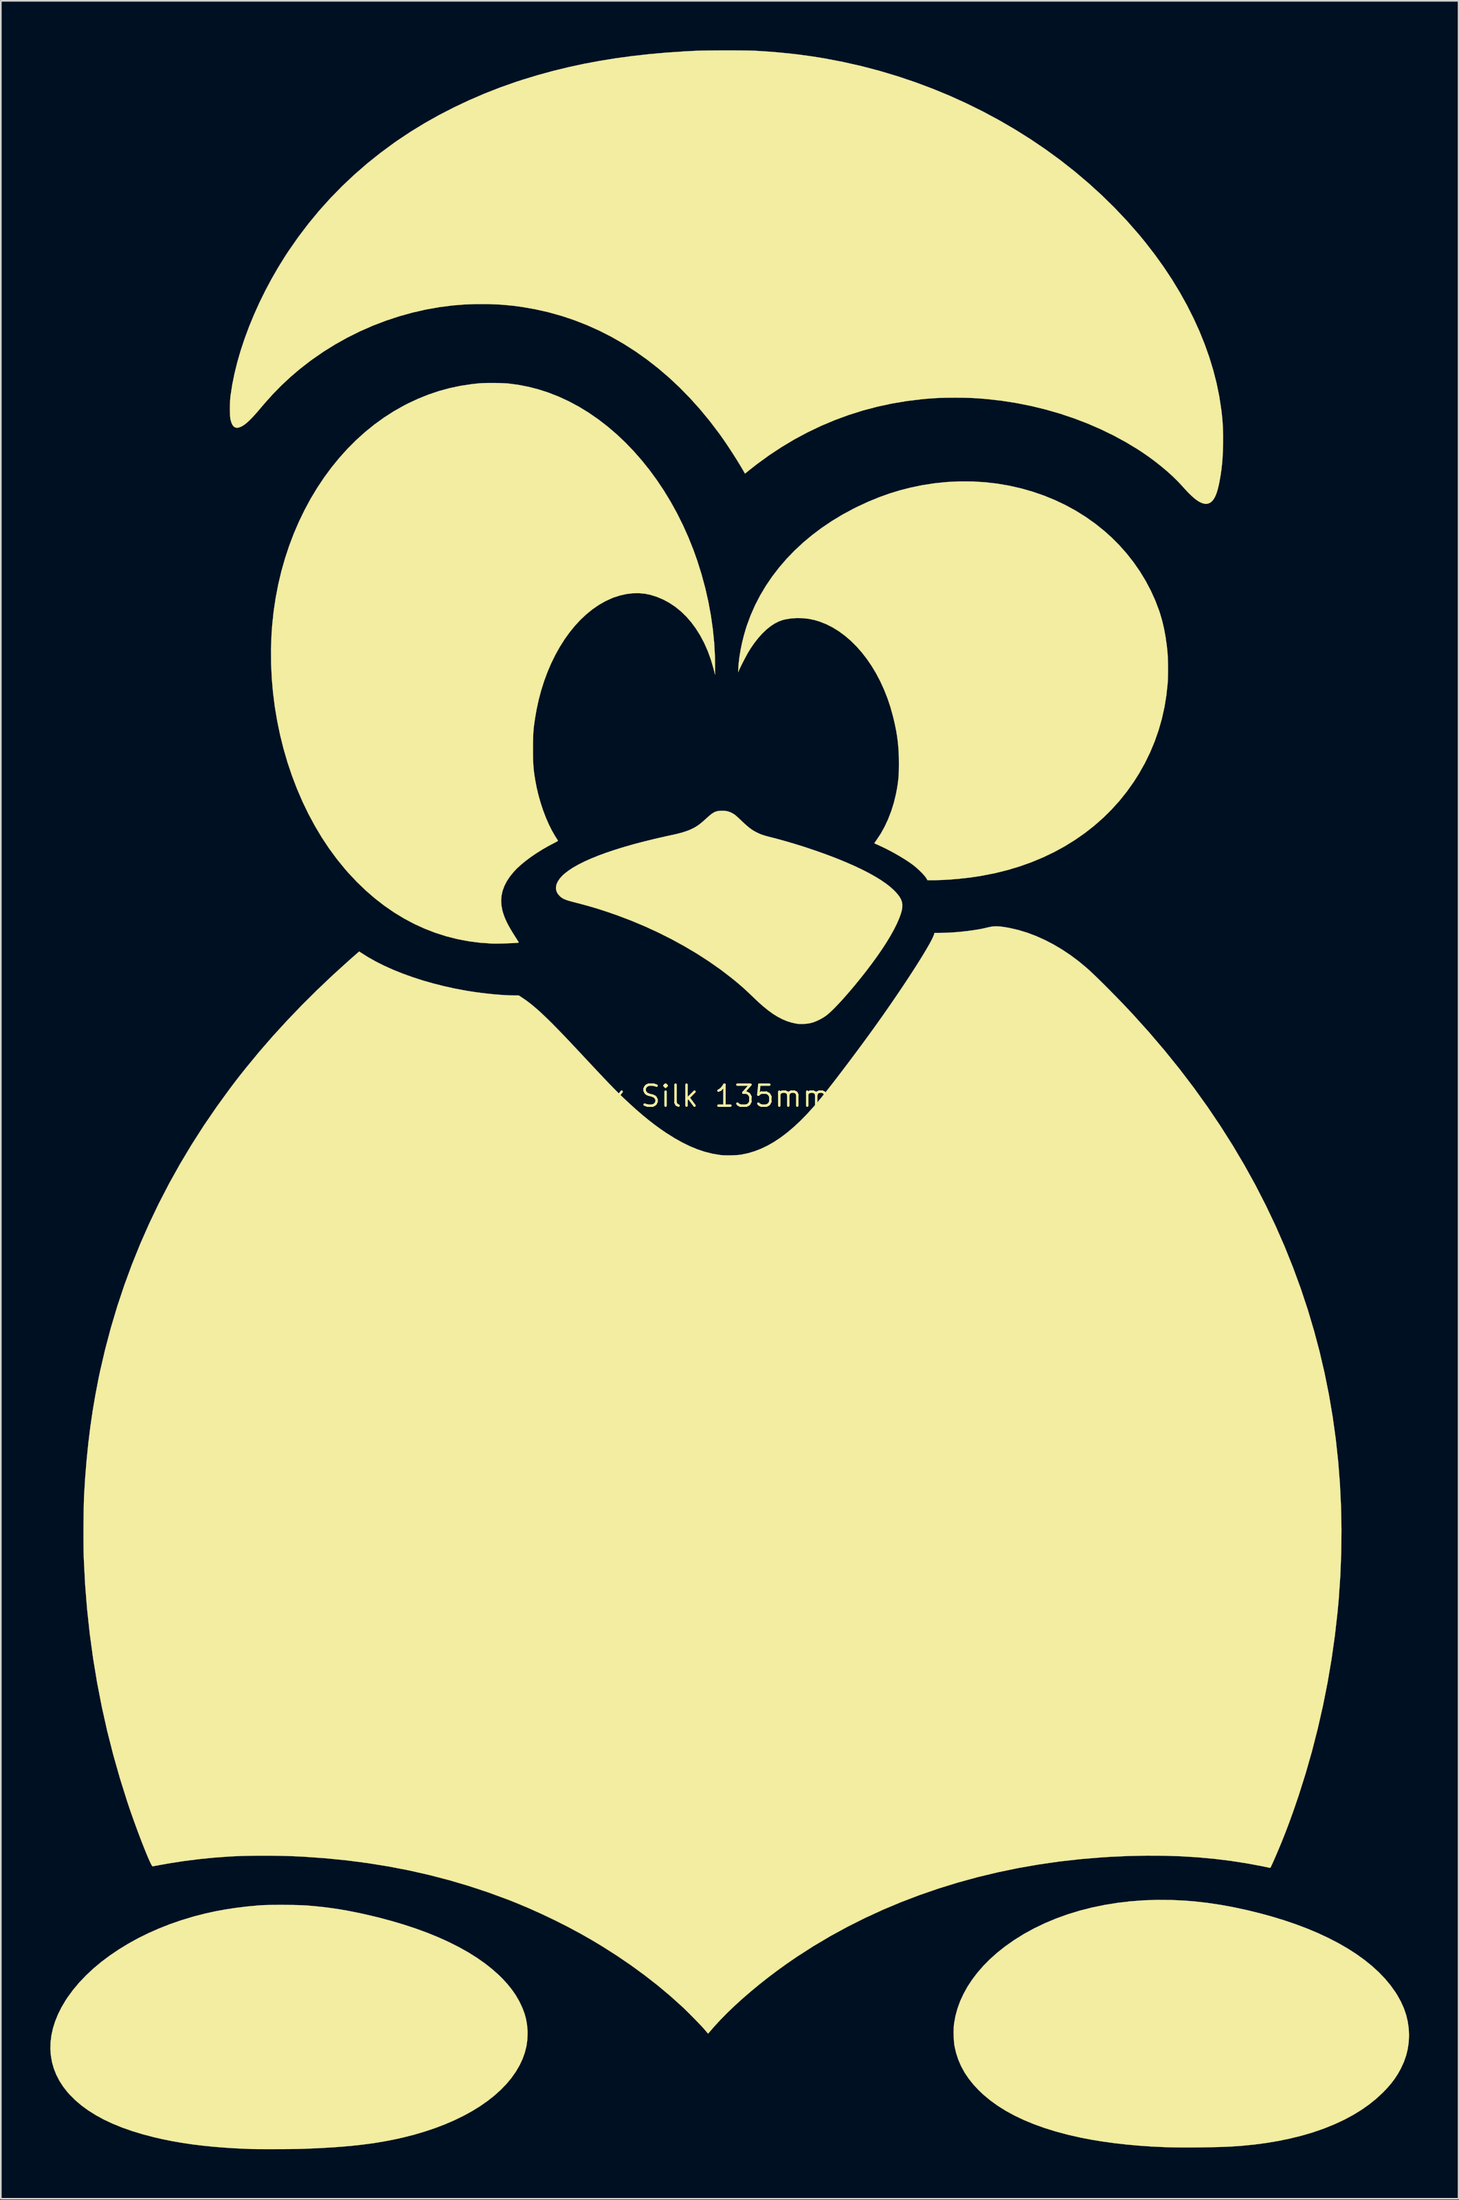
<source format=kicad_pcb>
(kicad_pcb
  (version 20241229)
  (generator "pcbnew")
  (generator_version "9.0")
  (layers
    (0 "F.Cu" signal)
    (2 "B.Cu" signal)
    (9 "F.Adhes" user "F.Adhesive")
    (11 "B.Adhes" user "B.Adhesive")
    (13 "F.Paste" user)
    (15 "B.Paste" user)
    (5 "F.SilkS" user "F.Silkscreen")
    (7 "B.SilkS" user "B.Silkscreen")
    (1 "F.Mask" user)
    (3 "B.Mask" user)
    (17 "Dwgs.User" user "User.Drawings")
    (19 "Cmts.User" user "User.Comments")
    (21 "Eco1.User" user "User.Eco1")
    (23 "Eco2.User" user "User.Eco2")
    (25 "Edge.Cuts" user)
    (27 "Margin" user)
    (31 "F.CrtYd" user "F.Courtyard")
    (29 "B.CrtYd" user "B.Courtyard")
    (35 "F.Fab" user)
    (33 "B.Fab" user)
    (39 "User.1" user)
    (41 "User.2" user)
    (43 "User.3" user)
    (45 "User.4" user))
  (footprint "Tux Silk 135mm"
    (layer "F.Cu")
    (at 39.473 63.366)
    (property "Reference" "Tux Silk 135mm" (at 0 0 0) (layer "F.SilkS") (effects (font (size 1.27 1.27) (thickness 0.15))))
    (attr through_hole)
    (fp_poly (pts (xy 28.454 48.714) (xy 29.297 48.753) (xy 29.887 48.801) (xy 30.667 48.889) (xy 31.468 49.009) (xy 32.288 49.16) (xy 33.12 49.34) (xy 33.96 49.549) (xy 34.549 49.711) (xy 35.309 49.942) (xy 36.037 50.19) (xy 36.733 50.453) (xy 37.396 50.732) (xy 38.025 51.027) (xy 38.62 51.336) (xy 39.18 51.66) (xy 39.704 51.997) (xy 40.192 52.348) (xy 40.642 52.712) (xy 41.055 53.088) (xy 41.429 53.477) (xy 41.764 53.878) (xy 42.058 54.289) (xy 42.176 54.475) (xy 42.398 54.874) (xy 42.578 55.275) (xy 42.716 55.679) (xy 42.814 56.088) (xy 42.872 56.503) (xy 42.89 56.917) (xy 42.871 57.335) (xy 42.813 57.741) (xy 42.716 58.137) (xy 42.579 58.528) (xy 42.4 58.917) (xy 42.375 58.966) (xy 42.205 59.268) (xy 42.017 59.554) (xy 41.807 59.832) (xy 41.568 60.109) (xy 41.299 60.389) (xy 40.902 60.757) (xy 40.472 61.104) (xy 40.008 61.43) (xy 39.51 61.736) (xy 38.977 62.022) (xy 38.407 62.289) (xy 37.8 62.537) (xy 37.604 62.61) (xy 36.994 62.817) (xy 36.35 63.003) (xy 35.677 63.169) (xy 34.977 63.313) (xy 34.254 63.435) (xy 33.513 63.534) (xy 32.756 63.609) (xy 32.216 63.647) (xy 31.935 63.662) (xy 31.619 63.675) (xy 31.275 63.686) (xy 30.909 63.694) (xy 30.528 63.701) (xy 30.139 63.706) (xy 29.749 63.709) (xy 29.364 63.709) (xy 28.993 63.708) (xy 28.64 63.704) (xy 28.314 63.697) (xy 28.025 63.688) (xy 27.252 63.651) (xy 26.487 63.598) (xy 25.736 63.529) (xy 25.005 63.446) (xy 24.297 63.348) (xy 23.62 63.237) (xy 22.977 63.113) (xy 22.954 63.108) (xy 22.2 62.936) (xy 21.484 62.744) (xy 20.805 62.534) (xy 20.164 62.304) (xy 19.56 62.055) (xy 18.994 61.787) (xy 18.465 61.5) (xy 17.974 61.194) (xy 17.52 60.868) (xy 17.103 60.523) (xy 16.815 60.252) (xy 16.486 59.9) (xy 16.198 59.54) (xy 15.949 59.169) (xy 15.74 58.788) (xy 15.569 58.393) (xy 15.435 57.983) (xy 15.343 57.584) (xy 15.32 57.429) (xy 15.302 57.243) (xy 15.291 57.037) (xy 15.285 56.823) (xy 15.286 56.612) (xy 15.293 56.415) (xy 15.307 56.244) (xy 15.312 56.208) (xy 15.394 55.749) (xy 15.518 55.294) (xy 15.682 54.843) (xy 15.887 54.399) (xy 16.13 53.962) (xy 16.412 53.533) (xy 16.731 53.114) (xy 17.088 52.705) (xy 17.48 52.309) (xy 17.907 51.925) (xy 18.368 51.557) (xy 18.377 51.55) (xy 18.944 51.149) (xy 19.541 50.776) (xy 20.166 50.434) (xy 20.817 50.121) (xy 21.493 49.838) (xy 22.193 49.586) (xy 22.914 49.365) (xy 23.656 49.175) (xy 24.417 49.017) (xy 25.196 48.891) (xy 25.99 48.797) (xy 26.799 48.736) (xy 27.621 48.708) (xy 28.454 48.714)) (stroke (width 0.01) (type solid)) (fill yes) (layer "F.SilkS"))
    (fp_poly (pts (xy -25.242 49.012) (xy -24.981 49.015) (xy -24.727 49.018) (xy -24.488 49.024) (xy -24.271 49.03) (xy -24.08 49.039) (xy -23.923 49.048) (xy -23.897 49.05) (xy -23.379 49.096) (xy -22.89 49.148) (xy -22.42 49.208) (xy -21.956 49.277) (xy -21.487 49.358) (xy -21.002 49.452) (xy -20.489 49.561) (xy -20.479 49.563) (xy -19.643 49.759) (xy -18.839 49.972) (xy -18.066 50.2) (xy -17.327 50.443) (xy -16.62 50.702) (xy -15.949 50.976) (xy -15.312 51.264) (xy -14.711 51.567) (xy -14.146 51.883) (xy -13.619 52.213) (xy -13.129 52.556) (xy -12.679 52.912) (xy -12.267 53.28) (xy -12.051 53.495) (xy -11.753 53.821) (xy -11.493 54.145) (xy -11.266 54.472) (xy -11.07 54.808) (xy -11.018 54.907) (xy -10.853 55.26) (xy -10.725 55.603) (xy -10.632 55.943) (xy -10.573 56.286) (xy -10.544 56.641) (xy -10.541 56.811) (xy -10.559 57.204) (xy -10.614 57.585) (xy -10.708 57.959) (xy -10.84 58.331) (xy -11.014 58.704) (xy -11.028 58.731) (xy -11.254 59.119) (xy -11.52 59.497) (xy -11.825 59.863) (xy -12.168 60.218) (xy -12.547 60.559) (xy -12.962 60.887) (xy -13.411 61.201) (xy -13.892 61.499) (xy -14.406 61.782) (xy -14.95 62.048) (xy -15.524 62.297) (xy -16.126 62.528) (xy -16.755 62.74) (xy -17.41 62.934) (xy -18.087 63.106) (xy -18.506 63.2) (xy -18.928 63.286) (xy -19.356 63.365) (xy -19.793 63.436) (xy -20.244 63.5) (xy -20.711 63.558) (xy -21.199 63.61) (xy -21.71 63.655) (xy -22.248 63.696) (xy -22.816 63.731) (xy -23.419 63.762) (xy -24.059 63.788) (xy -24.289 63.796) (xy -24.414 63.8) (xy -24.574 63.803) (xy -24.764 63.806) (xy -24.977 63.808) (xy -25.208 63.81) (xy -25.452 63.811) (xy -25.703 63.812) (xy -25.956 63.813) (xy -26.205 63.813) (xy -26.445 63.813) (xy -26.671 63.812) (xy -26.877 63.811) (xy -27.057 63.809) (xy -27.206 63.807) (xy -27.319 63.804) (xy -27.326 63.803) (xy -28.104 63.77) (xy -28.844 63.725) (xy -29.549 63.669) (xy -30.224 63.601) (xy -30.872 63.522) (xy -31.496 63.429) (xy -32.1 63.324) (xy -32.687 63.205) (xy -33.201 63.087) (xy -33.884 62.908) (xy -34.529 62.711) (xy -35.136 62.497) (xy -35.704 62.265) (xy -36.234 62.015) (xy -36.725 61.747) (xy -37.178 61.462) (xy -37.592 61.16) (xy -37.968 60.839) (xy -38.306 60.501) (xy -38.43 60.361) (xy -38.698 60.018) (xy -38.927 59.662) (xy -39.115 59.294) (xy -39.264 58.917) (xy -39.372 58.529) (xy -39.44 58.133) (xy -39.468 57.73) (xy -39.456 57.321) (xy -39.404 56.906) (xy -39.311 56.487) (xy -39.179 56.065) (xy -39.006 55.641) (xy -38.794 55.215) (xy -38.541 54.789) (xy -38.424 54.612) (xy -38.09 54.157) (xy -37.717 53.714) (xy -37.307 53.283) (xy -36.861 52.867) (xy -36.381 52.466) (xy -35.869 52.082) (xy -35.327 51.715) (xy -34.756 51.366) (xy -34.159 51.037) (xy -33.537 50.729) (xy -32.892 50.444) (xy -32.225 50.181) (xy -31.539 49.943) (xy -30.836 49.73) (xy -30.692 49.69) (xy -30.083 49.535) (xy -29.472 49.401) (xy -28.849 49.286) (xy -28.21 49.189) (xy -27.546 49.109) (xy -26.849 49.044) (xy -26.776 49.039) (xy -26.633 49.03) (xy -26.454 49.023) (xy -26.246 49.018) (xy -26.014 49.014) (xy -25.765 49.012) (xy -25.506 49.011) (xy -25.242 49.012)) (stroke (width 0.01) (type solid)) (fill yes) (layer "F.SilkS"))
    (fp_poly (pts (xy 1.411 -17.284) (xy 1.605 -17.249) (xy 1.789 -17.182) (xy 1.974 -17.078) (xy 2.009 -17.054) (xy 2.053 -17.02) (xy 2.121 -16.961) (xy 2.207 -16.884) (xy 2.304 -16.795) (xy 2.407 -16.698) (xy 2.43 -16.675) (xy 2.608 -16.508) (xy 2.764 -16.368) (xy 2.906 -16.252) (xy 3.038 -16.155) (xy 3.168 -16.072) (xy 3.301 -15.999) (xy 3.355 -15.972) (xy 3.452 -15.925) (xy 3.54 -15.886) (xy 3.627 -15.851) (xy 3.718 -15.819) (xy 3.822 -15.786) (xy 3.945 -15.751) (xy 4.095 -15.711) (xy 4.276 -15.665) (xy 4.616 -15.576) (xy 4.983 -15.475) (xy 5.364 -15.365) (xy 5.748 -15.25) (xy 6.123 -15.133) (xy 6.386 -15.048) (xy 7.023 -14.832) (xy 7.628 -14.615) (xy 8.199 -14.397) (xy 8.735 -14.178) (xy 9.236 -13.959) (xy 9.7 -13.741) (xy 10.127 -13.523) (xy 10.517 -13.306) (xy 10.868 -13.091) (xy 11.179 -12.878) (xy 11.45 -12.667) (xy 11.679 -12.458) (xy 11.737 -12.4) (xy 11.889 -12.23) (xy 12.008 -12.071) (xy 12.095 -11.916) (xy 12.151 -11.76) (xy 12.176 -11.598) (xy 12.172 -11.425) (xy 12.139 -11.235) (xy 12.078 -11.023) (xy 11.99 -10.782) (xy 11.987 -10.774) (xy 11.846 -10.45) (xy 11.673 -10.102) (xy 11.467 -9.731) (xy 11.231 -9.339) (xy 10.963 -8.926) (xy 10.667 -8.494) (xy 10.341 -8.045) (xy 9.989 -7.579) (xy 9.609 -7.099) (xy 9.279 -6.695) (xy 9.028 -6.398) (xy 8.787 -6.118) (xy 8.557 -5.859) (xy 8.341 -5.623) (xy 8.139 -5.411) (xy 7.954 -5.225) (xy 7.789 -5.069) (xy 7.645 -4.944) (xy 7.567 -4.882) (xy 7.397 -4.767) (xy 7.206 -4.657) (xy 7.007 -4.56) (xy 6.814 -4.482) (xy 6.657 -4.433) (xy 6.473 -4.397) (xy 6.269 -4.375) (xy 6.061 -4.367) (xy 5.864 -4.375) (xy 5.747 -4.39) (xy 5.465 -4.451) (xy 5.186 -4.538) (xy 4.907 -4.654) (xy 4.627 -4.8) (xy 4.341 -4.977) (xy 4.048 -5.188) (xy 3.745 -5.433) (xy 3.429 -5.714) (xy 3.253 -5.881) (xy 3.034 -6.091) (xy 2.839 -6.276) (xy 2.66 -6.442) (xy 2.492 -6.594) (xy 2.327 -6.737) (xy 2.161 -6.879) (xy 1.986 -7.023) (xy 1.82 -7.157) (xy 1.163 -7.661) (xy 0.468 -8.148) (xy -0.259 -8.618) (xy -1.016 -9.068) (xy -1.799 -9.497) (xy -2.604 -9.902) (xy -3.43 -10.282) (xy -4.271 -10.634) (xy -5.124 -10.958) (xy -5.726 -11.166) (xy -6.081 -11.282) (xy -6.42 -11.388) (xy -6.756 -11.487) (xy -7.102 -11.584) (xy -7.471 -11.682) (xy -7.636 -11.725) (xy -7.838 -11.777) (xy -8.004 -11.823) (xy -8.139 -11.864) (xy -8.249 -11.903) (xy -8.339 -11.942) (xy -8.415 -11.982) (xy -8.483 -12.027) (xy -8.547 -12.079) (xy -8.581 -12.109) (xy -8.701 -12.243) (xy -8.78 -12.386) (xy -8.819 -12.537) (xy -8.818 -12.695) (xy -8.777 -12.859) (xy -8.696 -13.026) (xy -8.577 -13.197) (xy -8.418 -13.369) (xy -8.303 -13.474) (xy -8.063 -13.66) (xy -7.782 -13.845) (xy -7.46 -14.028) (xy -7.097 -14.211) (xy -6.694 -14.391) (xy -6.253 -14.57) (xy -5.773 -14.746) (xy -5.255 -14.92) (xy -4.7 -15.092) (xy -4.108 -15.261) (xy -3.481 -15.426) (xy -2.818 -15.588) (xy -2.12 -15.747) (xy -1.767 -15.823) (xy -1.438 -15.898) (xy -1.147 -15.977) (xy -0.889 -16.062) (xy -0.658 -16.154) (xy -0.451 -16.255) (xy -0.263 -16.368) (xy -0.144 -16.451) (xy -0.068 -16.51) (xy 0.028 -16.59) (xy 0.135 -16.681) (xy 0.241 -16.776) (xy 0.283 -16.814) (xy 0.431 -16.947) (xy 0.556 -17.053) (xy 0.666 -17.134) (xy 0.766 -17.194) (xy 0.863 -17.236) (xy 0.963 -17.263) (xy 1.073 -17.28) (xy 1.196 -17.288) (xy 1.411 -17.284)) (stroke (width 0.01) (type solid)) (fill yes) (layer "F.SilkS"))
    (fp_poly (pts (xy 16.412 -37.241) (xy 17.162 -37.197) (xy 17.905 -37.113) (xy 18.636 -36.989) (xy 18.648 -36.987) (xy 19.37 -36.823) (xy 20.075 -36.622) (xy 20.762 -36.385) (xy 21.429 -36.112) (xy 22.075 -35.805) (xy 22.698 -35.464) (xy 23.298 -35.089) (xy 23.872 -34.682) (xy 24.419 -34.243) (xy 24.847 -33.86) (xy 25.326 -33.381) (xy 25.774 -32.876) (xy 26.19 -32.347) (xy 26.573 -31.796) (xy 26.92 -31.226) (xy 27.232 -30.638) (xy 27.505 -30.035) (xy 27.739 -29.419) (xy 27.798 -29.242) (xy 27.926 -28.802) (xy 28.038 -28.328) (xy 28.131 -27.826) (xy 28.205 -27.302) (xy 28.248 -26.892) (xy 28.26 -26.715) (xy 28.27 -26.506) (xy 28.277 -26.274) (xy 28.281 -26.03) (xy 28.282 -25.782) (xy 28.279 -25.541) (xy 28.274 -25.317) (xy 28.265 -25.119) (xy 28.259 -25.019) (xy 28.182 -24.287) (xy 28.065 -23.568) (xy 27.907 -22.862) (xy 27.71 -22.17) (xy 27.473 -21.492) (xy 27.197 -20.829) (xy 26.882 -20.181) (xy 26.527 -19.55) (xy 26.204 -19.039) (xy 25.787 -18.453) (xy 25.339 -17.893) (xy 24.859 -17.362) (xy 24.349 -16.858) (xy 23.81 -16.384) (xy 23.243 -15.939) (xy 22.648 -15.524) (xy 22.027 -15.139) (xy 21.381 -14.786) (xy 20.71 -14.465) (xy 20.016 -14.176) (xy 19.299 -13.919) (xy 18.56 -13.697) (xy 17.801 -13.508) (xy 17.022 -13.355) (xy 16.974 -13.346) (xy 16.513 -13.274) (xy 16.038 -13.213) (xy 15.56 -13.161) (xy 15.088 -13.122) (xy 14.631 -13.095) (xy 14.201 -13.082) (xy 14.031 -13.081) (xy 13.701 -13.081) (xy 13.62 -13.213) (xy 13.558 -13.3) (xy 13.468 -13.406) (xy 13.358 -13.524) (xy 13.233 -13.648) (xy 13.1 -13.772) (xy 12.966 -13.889) (xy 12.837 -13.993) (xy 12.806 -14.017) (xy 12.543 -14.203) (xy 12.247 -14.394) (xy 11.925 -14.587) (xy 11.587 -14.777) (xy 11.239 -14.96) (xy 10.89 -15.13) (xy 10.721 -15.208) (xy 10.63 -15.248) (xy 10.555 -15.283) (xy 10.502 -15.307) (xy 10.481 -15.317) (xy 10.481 -15.317) (xy 10.489 -15.335) (xy 10.518 -15.38) (xy 10.562 -15.444) (xy 10.601 -15.498) (xy 10.863 -15.893) (xy 11.101 -16.319) (xy 11.313 -16.775) (xy 11.499 -17.255) (xy 11.657 -17.757) (xy 11.784 -18.276) (xy 11.84 -18.563) (xy 11.876 -18.77) (xy 11.904 -18.956) (xy 11.926 -19.131) (xy 11.943 -19.302) (xy 11.955 -19.479) (xy 11.963 -19.671) (xy 11.967 -19.886) (xy 11.969 -20.134) (xy 11.969 -20.172) (xy 11.964 -20.591) (xy 11.945 -20.988) (xy 11.913 -21.37) (xy 11.866 -21.749) (xy 11.803 -22.135) (xy 11.721 -22.537) (xy 11.621 -22.964) (xy 11.61 -23.008) (xy 11.455 -23.567) (xy 11.274 -24.108) (xy 11.068 -24.629) (xy 10.839 -25.129) (xy 10.589 -25.606) (xy 10.318 -26.057) (xy 10.027 -26.483) (xy 9.719 -26.881) (xy 9.394 -27.249) (xy 9.054 -27.586) (xy 8.7 -27.89) (xy 8.333 -28.161) (xy 7.955 -28.395) (xy 7.566 -28.592) (xy 7.169 -28.75) (xy 6.872 -28.84) (xy 6.515 -28.916) (xy 6.148 -28.958) (xy 5.78 -28.966) (xy 5.418 -28.941) (xy 5.07 -28.882) (xy 4.934 -28.849) (xy 4.684 -28.76) (xy 4.43 -28.631) (xy 4.177 -28.463) (xy 3.924 -28.258) (xy 3.674 -28.017) (xy 3.429 -27.741) (xy 3.19 -27.434) (xy 2.959 -27.095) (xy 2.85 -26.918) (xy 2.789 -26.813) (xy 2.716 -26.679) (xy 2.634 -26.525) (xy 2.548 -26.36) (xy 2.463 -26.193) (xy 2.384 -26.033) (xy 2.315 -25.89) (xy 2.28 -25.813) (xy 2.223 -25.686) (xy 2.234 -25.928) (xy 2.26 -26.278) (xy 2.308 -26.656) (xy 2.375 -27.053) (xy 2.459 -27.46) (xy 2.56 -27.87) (xy 2.675 -28.273) (xy 2.751 -28.512) (xy 2.982 -29.136) (xy 3.251 -29.746) (xy 3.559 -30.341) (xy 3.905 -30.92) (xy 4.286 -31.481) (xy 4.704 -32.024) (xy 5.155 -32.548) (xy 5.641 -33.052) (xy 6.158 -33.534) (xy 6.708 -33.993) (xy 7.288 -34.43) (xy 7.898 -34.841) (xy 8.537 -35.228) (xy 9.203 -35.587) (xy 9.466 -35.718) (xy 10.116 -36.018) (xy 10.758 -36.282) (xy 11.397 -36.511) (xy 12.04 -36.708) (xy 12.695 -36.874) (xy 13.367 -37.013) (xy 13.399 -37.019) (xy 14.147 -37.134) (xy 14.901 -37.21) (xy 15.657 -37.245) (xy 16.412 -37.241)) (stroke (width 0.01) (type solid)) (fill yes) (layer "F.SilkS"))
    (fp_poly (pts (xy -12.493 -43.209) (xy -12.265 -43.205) (xy -12.05 -43.198) (xy -11.857 -43.188) (xy -11.695 -43.175) (xy -11.663 -43.172) (xy -11.059 -43.088) (xy -10.475 -42.974) (xy -9.902 -42.826) (xy -9.327 -42.643) (xy -9.267 -42.621) (xy -8.644 -42.377) (xy -8.031 -42.093) (xy -7.429 -41.77) (xy -6.84 -41.409) (xy -6.264 -41.012) (xy -5.702 -40.579) (xy -5.156 -40.113) (xy -4.626 -39.614) (xy -4.115 -39.083) (xy -3.622 -38.522) (xy -3.149 -37.932) (xy -2.697 -37.314) (xy -2.267 -36.669) (xy -1.86 -35.999) (xy -1.478 -35.305) (xy -1.121 -34.588) (xy -0.79 -33.85) (xy -0.487 -33.091) (xy -0.262 -32.459) (xy -0.003 -31.636) (xy 0.223 -30.803) (xy 0.414 -29.964) (xy 0.569 -29.124) (xy 0.688 -28.286) (xy 0.771 -27.454) (xy 0.816 -26.633) (xy 0.824 -26.049) (xy 0.823 -25.538) (xy 0.731 -25.897) (xy 0.573 -26.439) (xy 0.385 -26.957) (xy 0.167 -27.45) (xy -0.079 -27.914) (xy -0.354 -28.349) (xy -0.617 -28.705) (xy -0.919 -29.053) (xy -1.242 -29.366) (xy -1.584 -29.644) (xy -1.944 -29.885) (xy -2.322 -30.088) (xy -2.714 -30.253) (xy -3.111 -30.377) (xy -3.457 -30.445) (xy -3.816 -30.474) (xy -4.185 -30.465) (xy -4.56 -30.419) (xy -4.938 -30.334) (xy -5.316 -30.213) (xy -5.42 -30.173) (xy -5.825 -29.988) (xy -6.22 -29.763) (xy -6.602 -29.501) (xy -6.971 -29.202) (xy -7.327 -28.869) (xy -7.667 -28.503) (xy -7.991 -28.106) (xy -8.298 -27.679) (xy -8.586 -27.224) (xy -8.855 -26.743) (xy -9.104 -26.237) (xy -9.331 -25.709) (xy -9.535 -25.159) (xy -9.716 -24.589) (xy -9.872 -24.001) (xy -10.002 -23.397) (xy -10.084 -22.924) (xy -10.115 -22.72) (xy -10.14 -22.54) (xy -10.161 -22.377) (xy -10.177 -22.224) (xy -10.19 -22.073) (xy -10.199 -21.917) (xy -10.205 -21.749) (xy -10.209 -21.563) (xy -10.211 -21.349) (xy -10.212 -21.102) (xy -10.212 -21.04) (xy -10.212 -20.777) (xy -10.21 -20.549) (xy -10.206 -20.35) (xy -10.199 -20.173) (xy -10.19 -20.011) (xy -10.177 -19.856) (xy -10.161 -19.703) (xy -10.14 -19.543) (xy -10.115 -19.371) (xy -10.084 -19.18) (xy -10.084 -19.177) (xy -9.995 -18.707) (xy -9.884 -18.237) (xy -9.753 -17.774) (xy -9.605 -17.323) (xy -9.44 -16.889) (xy -9.262 -16.478) (xy -9.071 -16.095) (xy -8.87 -15.745) (xy -8.77 -15.59) (xy -8.733 -15.531) (xy -8.707 -15.486) (xy -8.7 -15.468) (xy -8.717 -15.453) (xy -8.765 -15.423) (xy -8.835 -15.385) (xy -8.895 -15.354) (xy -9.279 -15.152) (xy -9.65 -14.939) (xy -10.006 -14.717) (xy -10.341 -14.488) (xy -10.651 -14.257) (xy -10.932 -14.026) (xy -11.181 -13.799) (xy -11.381 -13.589) (xy -11.613 -13.303) (xy -11.803 -13.017) (xy -11.95 -12.728) (xy -12.056 -12.438) (xy -12.121 -12.144) (xy -12.144 -11.847) (xy -12.126 -11.545) (xy -12.067 -11.237) (xy -12.021 -11.079) (xy -11.961 -10.903) (xy -11.891 -10.728) (xy -11.809 -10.549) (xy -11.713 -10.36) (xy -11.599 -10.155) (xy -11.464 -9.929) (xy -11.306 -9.677) (xy -11.278 -9.633) (xy -11.212 -9.53) (xy -11.155 -9.439) (xy -11.111 -9.367) (xy -11.083 -9.32) (xy -11.075 -9.302) (xy -11.103 -9.295) (xy -11.168 -9.287) (xy -11.264 -9.279) (xy -11.386 -9.272) (xy -11.528 -9.264) (xy -11.684 -9.258) (xy -11.849 -9.252) (xy -12.017 -9.246) (xy -12.183 -9.242) (xy -12.342 -9.24) (xy -12.486 -9.238) (xy -12.612 -9.239) (xy -12.711 -9.242) (xy -13.419 -9.291) (xy -14.116 -9.381) (xy -14.802 -9.512) (xy -15.475 -9.683) (xy -16.136 -9.894) (xy -16.783 -10.144) (xy -17.417 -10.434) (xy -18.036 -10.763) (xy -18.641 -11.131) (xy -19.23 -11.538) (xy -19.804 -11.983) (xy -20.361 -12.466) (xy -20.902 -12.987) (xy -21.425 -13.546) (xy -21.608 -13.755) (xy -22.106 -14.366) (xy -22.578 -15.008) (xy -23.023 -15.68) (xy -23.44 -16.379) (xy -23.83 -17.104) (xy -24.191 -17.853) (xy -24.522 -18.623) (xy -24.824 -19.413) (xy -25.095 -20.22) (xy -25.335 -21.043) (xy -25.543 -21.879) (xy -25.719 -22.727) (xy -25.863 -23.584) (xy -25.972 -24.448) (xy -26.048 -25.318) (xy -26.089 -26.191) (xy -26.095 -27.066) (xy -26.065 -27.94) (xy -26.023 -28.533) (xy -25.935 -29.368) (xy -25.812 -30.191) (xy -25.656 -31.001) (xy -25.468 -31.797) (xy -25.247 -32.576) (xy -24.995 -33.339) (xy -24.713 -34.084) (xy -24.401 -34.808) (xy -24.06 -35.512) (xy -23.692 -36.194) (xy -23.296 -36.851) (xy -22.874 -37.485) (xy -22.427 -38.092) (xy -21.954 -38.671) (xy -21.458 -39.222) (xy -20.938 -39.743) (xy -20.396 -40.232) (xy -19.832 -40.689) (xy -19.247 -41.112) (xy -18.643 -41.5) (xy -18.019 -41.851) (xy -17.805 -41.961) (xy -17.176 -42.255) (xy -16.546 -42.508) (xy -15.909 -42.722) (xy -15.263 -42.898) (xy -14.602 -43.037) (xy -13.922 -43.14) (xy -13.515 -43.184) (xy -13.356 -43.196) (xy -13.166 -43.204) (xy -12.953 -43.209) (xy -12.725 -43.21) (xy -12.493 -43.209)) (stroke (width 0.01) (type solid)) (fill yes) (layer "F.SilkS"))
    (fp_poly (pts (xy 1.783 -63.361) (xy 2.065 -63.36) (xy 2.336 -63.358) (xy 2.59 -63.355) (xy 2.822 -63.352) (xy 3.028 -63.347) (xy 3.203 -63.342) (xy 3.34 -63.336) (xy 3.355 -63.335) (xy 4.031 -63.291) (xy 4.674 -63.239) (xy 5.292 -63.179) (xy 5.896 -63.11) (xy 6.493 -63.029) (xy 7.092 -62.938) (xy 7.461 -62.876) (xy 8.583 -62.662) (xy 9.694 -62.411) (xy 10.794 -62.122) (xy 11.881 -61.797) (xy 12.954 -61.436) (xy 14.012 -61.04) (xy 15.053 -60.61) (xy 16.076 -60.146) (xy 17.081 -59.649) (xy 18.064 -59.12) (xy 19.026 -58.56) (xy 19.966 -57.969) (xy 20.881 -57.348) (xy 21.77 -56.698) (xy 22.633 -56.019) (xy 23.468 -55.312) (xy 24.274 -54.578) (xy 25.049 -53.818) (xy 25.792 -53.033) (xy 26.503 -52.222) (xy 26.918 -51.717) (xy 27.49 -50.977) (xy 28.028 -50.226) (xy 28.532 -49.465) (xy 28.999 -48.695) (xy 29.431 -47.919) (xy 29.825 -47.136) (xy 30.183 -46.35) (xy 30.502 -45.56) (xy 30.783 -44.769) (xy 31.024 -43.978) (xy 31.226 -43.188) (xy 31.387 -42.4) (xy 31.507 -41.617) (xy 31.537 -41.37) (xy 31.566 -41.09) (xy 31.588 -40.828) (xy 31.604 -40.572) (xy 31.614 -40.313) (xy 31.62 -40.041) (xy 31.62 -39.745) (xy 31.617 -39.477) (xy 31.605 -39.049) (xy 31.585 -38.653) (xy 31.554 -38.278) (xy 31.512 -37.916) (xy 31.458 -37.554) (xy 31.391 -37.185) (xy 31.366 -37.063) (xy 31.299 -36.779) (xy 31.225 -36.537) (xy 31.142 -36.334) (xy 31.051 -36.171) (xy 30.95 -36.046) (xy 30.84 -35.958) (xy 30.733 -35.911) (xy 30.651 -35.889) (xy 30.587 -35.881) (xy 30.521 -35.887) (xy 30.434 -35.906) (xy 30.427 -35.907) (xy 30.301 -35.949) (xy 30.168 -36.015) (xy 30.026 -36.106) (xy 29.872 -36.224) (xy 29.706 -36.371) (xy 29.523 -36.55) (xy 29.323 -36.761) (xy 29.136 -36.969) (xy 28.865 -37.259) (xy 28.559 -37.558) (xy 28.223 -37.862) (xy 27.861 -38.166) (xy 27.479 -38.467) (xy 27.081 -38.76) (xy 26.673 -39.041) (xy 26.462 -39.178) (xy 25.737 -39.617) (xy 24.983 -40.027) (xy 24.204 -40.406) (xy 23.401 -40.754) (xy 22.578 -41.068) (xy 21.736 -41.35) (xy 20.878 -41.598) (xy 20.007 -41.811) (xy 19.125 -41.988) (xy 18.235 -42.128) (xy 17.339 -42.232) (xy 17.283 -42.237) (xy 16.999 -42.261) (xy 16.736 -42.281) (xy 16.483 -42.295) (xy 16.23 -42.306) (xy 15.966 -42.313) (xy 15.679 -42.317) (xy 15.378 -42.319) (xy 15.046 -42.317) (xy 14.746 -42.313) (xy 14.466 -42.305) (xy 14.198 -42.292) (xy 13.928 -42.275) (xy 13.649 -42.253) (xy 13.356 -42.226) (xy 12.446 -42.115) (xy 11.547 -41.964) (xy 10.66 -41.773) (xy 9.786 -41.542) (xy 8.926 -41.271) (xy 8.081 -40.96) (xy 7.251 -40.611) (xy 6.437 -40.222) (xy 5.639 -39.795) (xy 4.859 -39.33) (xy 4.097 -38.827) (xy 3.354 -38.286) (xy 2.891 -37.923) (xy 2.639 -37.719) (xy 2.513 -37.936) (xy 2.345 -38.219) (xy 2.159 -38.523) (xy 1.96 -38.838) (xy 1.754 -39.157) (xy 1.547 -39.469) (xy 1.345 -39.766) (xy 1.153 -40.039) (xy 1.071 -40.153) (xy 0.503 -40.9) (xy -0.084 -41.612) (xy -0.691 -42.288) (xy -1.317 -42.928) (xy -1.961 -43.532) (xy -2.623 -44.099) (xy -3.303 -44.629) (xy -3.998 -45.122) (xy -4.71 -45.577) (xy -5.438 -45.995) (xy -6.18 -46.373) (xy -6.937 -46.714) (xy -7.708 -47.015) (xy -8.492 -47.277) (xy -9.289 -47.499) (xy -10.099 -47.681) (xy -10.92 -47.823) (xy -11.504 -47.899) (xy -12.217 -47.961) (xy -12.948 -47.992) (xy -13.689 -47.992) (xy -14.43 -47.962) (xy -15.071 -47.909) (xy -15.897 -47.804) (xy -16.721 -47.657) (xy -17.539 -47.47) (xy -18.349 -47.243) (xy -19.15 -46.978) (xy -19.938 -46.675) (xy -20.711 -46.335) (xy -21.468 -45.959) (xy -22.205 -45.547) (xy -22.92 -45.102) (xy -23.612 -44.623) (xy -23.785 -44.495) (xy -24.375 -44.034) (xy -24.936 -43.555) (xy -25.472 -43.054) (xy -25.991 -42.523) (xy -26.498 -41.958) (xy -26.7 -41.719) (xy -26.911 -41.471) (xy -27.102 -41.256) (xy -27.273 -41.072) (xy -27.428 -40.918) (xy -27.569 -40.791) (xy -27.698 -40.689) (xy -27.816 -40.611) (xy -27.878 -40.577) (xy -28.02 -40.517) (xy -28.144 -40.494) (xy -28.251 -40.509) (xy -28.344 -40.561) (xy -28.421 -40.652) (xy -28.486 -40.782) (xy -28.539 -40.952) (xy -28.55 -41) (xy -28.565 -41.095) (xy -28.576 -41.224) (xy -28.583 -41.38) (xy -28.586 -41.555) (xy -28.586 -41.74) (xy -28.582 -41.928) (xy -28.575 -42.111) (xy -28.563 -42.282) (xy -28.549 -42.432) (xy -28.546 -42.45) (xy -28.443 -43.113) (xy -28.305 -43.794) (xy -28.132 -44.49) (xy -27.927 -45.197) (xy -27.689 -45.912) (xy -27.421 -46.633) (xy -27.123 -47.355) (xy -26.798 -48.077) (xy -26.446 -48.793) (xy -26.068 -49.503) (xy -25.666 -50.202) (xy -25.241 -50.887) (xy -25.034 -51.202) (xy -24.447 -52.045) (xy -23.828 -52.86) (xy -23.178 -53.647) (xy -22.496 -54.405) (xy -21.783 -55.135) (xy -21.038 -55.837) (xy -20.262 -56.511) (xy -19.453 -57.157) (xy -18.613 -57.775) (xy -18.426 -57.906) (xy -17.62 -58.441) (xy -16.781 -58.954) (xy -15.912 -59.442) (xy -15.016 -59.903) (xy -14.096 -60.338) (xy -13.155 -60.744) (xy -12.196 -61.119) (xy -11.223 -61.462) (xy -10.816 -61.594) (xy -9.915 -61.867) (xy -9.006 -62.116) (xy -8.084 -62.341) (xy -7.148 -62.544) (xy -6.194 -62.723) (xy -5.22 -62.881) (xy -4.221 -63.017) (xy -3.195 -63.132) (xy -2.14 -63.227) (xy -1.051 -63.301) (xy -0.434 -63.334) (xy -0.276 -63.34) (xy -0.085 -63.346) (xy 0.135 -63.35) (xy 0.38 -63.354) (xy 0.643 -63.357) (xy 0.92 -63.359) (xy 1.206 -63.361) (xy 1.495 -63.361) (xy 1.783 -63.361)) (stroke (width 0.01) (type solid)) (fill yes) (layer "F.SilkS"))
    (fp_poly (pts (xy 18.11 -10.273) (xy 18.303 -10.249) (xy 18.524 -10.213) (xy 18.705 -10.179) (xy 19.23 -10.057) (xy 19.759 -9.895) (xy 20.289 -9.694) (xy 20.819 -9.456) (xy 21.344 -9.183) (xy 21.863 -8.876) (xy 22.371 -8.536) (xy 22.867 -8.166) (xy 23.348 -7.766) (xy 23.484 -7.644) (xy 23.643 -7.497) (xy 23.827 -7.323) (xy 24.032 -7.125) (xy 24.253 -6.908) (xy 24.487 -6.676) (xy 24.731 -6.431) (xy 24.979 -6.179) (xy 25.229 -5.923) (xy 25.477 -5.667) (xy 25.718 -5.414) (xy 25.949 -5.17) (xy 26.152 -4.952) (xy 27.135 -3.862) (xy 28.078 -2.756) (xy 28.983 -1.635) (xy 29.848 -0.499) (xy 30.674 0.651) (xy 31.46 1.816) (xy 32.207 2.996) (xy 32.914 4.19) (xy 33.582 5.398) (xy 34.209 6.621) (xy 34.798 7.858) (xy 35.346 9.108) (xy 35.854 10.373) (xy 36.323 11.651) (xy 36.752 12.943) (xy 37.14 14.249) (xy 37.462 15.462) (xy 37.769 16.776) (xy 38.036 18.103) (xy 38.263 19.442) (xy 38.45 20.792) (xy 38.597 22.153) (xy 38.703 23.522) (xy 38.769 24.901) (xy 38.795 26.286) (xy 38.78 27.678) (xy 38.725 29.076) (xy 38.629 30.478) (xy 38.554 31.295) (xy 38.394 32.706) (xy 38.194 34.116) (xy 37.955 35.524) (xy 37.677 36.924) (xy 37.361 38.316) (xy 37.009 39.694) (xy 36.62 41.056) (xy 36.196 42.399) (xy 35.866 43.36) (xy 35.633 44.004) (xy 35.402 44.614) (xy 35.17 45.198) (xy 34.934 45.764) (xy 34.761 46.164) (xy 34.684 46.338) (xy 34.623 46.476) (xy 34.574 46.582) (xy 34.537 46.661) (xy 34.51 46.716) (xy 34.49 46.75) (xy 34.476 46.767) (xy 34.466 46.771) (xy 34.463 46.77) (xy 34.438 46.763) (xy 34.379 46.749) (xy 34.289 46.73) (xy 34.177 46.706) (xy 34.047 46.68) (xy 33.972 46.664) (xy 33.014 46.487) (xy 32.046 46.338) (xy 31.066 46.218) (xy 30.07 46.127) (xy 29.057 46.065) (xy 28.024 46.031) (xy 26.967 46.026) (xy 25.886 46.049) (xy 24.776 46.099) (xy 24.236 46.134) (xy 22.95 46.241) (xy 21.677 46.385) (xy 20.42 46.567) (xy 19.178 46.784) (xy 17.952 47.038) (xy 16.744 47.328) (xy 15.554 47.654) (xy 14.383 48.015) (xy 13.232 48.411) (xy 12.102 48.842) (xy 10.993 49.307) (xy 9.907 49.807) (xy 8.843 50.341) (xy 7.804 50.908) (xy 6.79 51.509) (xy 5.801 52.143) (xy 5.736 52.187) (xy 5.161 52.582) (xy 4.595 52.99) (xy 4.041 53.408) (xy 3.503 53.833) (xy 2.983 54.263) (xy 2.484 54.694) (xy 2.011 55.125) (xy 1.565 55.552) (xy 1.15 55.973) (xy 0.77 56.385) (xy 0.462 56.743) (xy 0.425 56.785) (xy 0.402 56.808) (xy 0.398 56.81) (xy 0.383 56.794) (xy 0.346 56.752) (xy 0.293 56.689) (xy 0.229 56.613) (xy 0.222 56.605) (xy 0.146 56.517) (xy 0.044 56.405) (xy -0.079 56.274) (xy -0.218 56.128) (xy -0.369 55.972) (xy -0.526 55.812) (xy -0.685 55.652) (xy -0.84 55.497) (xy -0.988 55.352) (xy -1.124 55.223) (xy -1.175 55.175) (xy -1.892 54.53) (xy -2.647 53.897) (xy -3.439 53.279) (xy -4.263 52.678) (xy -5.119 52.094) (xy -6.002 51.531) (xy -6.699 51.113) (xy -7.409 50.711) (xy -8.151 50.315) (xy -8.916 49.93) (xy -9.694 49.56) (xy -10.475 49.209) (xy -11.25 48.884) (xy -11.769 48.679) (xy -12.93 48.253) (xy -14.103 47.865) (xy -15.29 47.515) (xy -16.491 47.202) (xy -17.708 46.926) (xy -18.942 46.687) (xy -20.194 46.485) (xy -21.465 46.318) (xy -22.756 46.188) (xy -24.069 46.094) (xy -24.331 46.08) (xy -24.785 46.06) (xy -25.261 46.044) (xy -25.751 46.034) (xy -26.248 46.028) (xy -26.743 46.028) (xy -27.23 46.033) (xy -27.699 46.042) (xy -28.143 46.057) (xy -28.555 46.076) (xy -28.621 46.08) (xy -29.561 46.149) (xy -30.503 46.244) (xy -31.436 46.364) (xy -32.351 46.507) (xy -33.02 46.629) (xy -33.115 46.647) (xy -33.197 46.661) (xy -33.255 46.67) (xy -33.277 46.672) (xy -33.3 46.653) (xy -33.336 46.596) (xy -33.384 46.505) (xy -33.442 46.382) (xy -33.51 46.23) (xy -33.586 46.052) (xy -33.67 45.85) (xy -33.76 45.628) (xy -33.855 45.388) (xy -33.955 45.133) (xy -34.057 44.865) (xy -34.161 44.587) (xy -34.267 44.303) (xy -34.372 44.014) (xy -34.476 43.725) (xy -34.578 43.436) (xy -34.676 43.152) (xy -34.769 42.874) (xy -34.805 42.767) (xy -35.253 41.343) (xy -35.66 39.907) (xy -36.027 38.461) (xy -36.352 37.004) (xy -36.637 35.538) (xy -36.88 34.063) (xy -37.082 32.579) (xy -37.243 31.088) (xy -37.363 29.589) (xy -37.44 28.085) (xy -37.446 27.929) (xy -37.451 27.754) (xy -37.455 27.544) (xy -37.458 27.305) (xy -37.46 27.043) (xy -37.461 26.764) (xy -37.461 26.471) (xy -37.46 26.172) (xy -37.458 25.872) (xy -37.455 25.576) (xy -37.452 25.289) (xy -37.448 25.016) (xy -37.443 24.765) (xy -37.437 24.539) (xy -37.431 24.344) (xy -37.424 24.186) (xy -37.424 24.183) (xy -37.358 23.106) (xy -37.273 22.063) (xy -37.17 21.047) (xy -37.048 20.054) (xy -36.906 19.078) (xy -36.742 18.114) (xy -36.558 17.156) (xy -36.458 16.679) (xy -36.15 15.353) (xy -35.802 14.041) (xy -35.416 12.746) (xy -34.989 11.465) (xy -34.524 10.201) (xy -34.019 8.951) (xy -33.475 7.718) (xy -32.891 6.499) (xy -32.268 5.296) (xy -31.605 4.109) (xy -30.903 2.937) (xy -30.162 1.781) (xy -29.381 0.64) (xy -28.57 -0.474) (xy -28.443 -0.642) (xy -28.333 -0.788) (xy -28.233 -0.919) (xy -28.138 -1.042) (xy -28.042 -1.166) (xy -27.94 -1.296) (xy -27.825 -1.44) (xy -27.692 -1.607) (xy -27.614 -1.704) (xy -26.828 -2.659) (xy -26.002 -3.61) (xy -25.139 -4.554) (xy -24.242 -5.49) (xy -23.314 -6.413) (xy -22.357 -7.321) (xy -21.375 -8.212) (xy -21.08 -8.472) (xy -20.749 -8.76) (xy -20.64 -8.687) (xy -20.205 -8.412) (xy -19.732 -8.147) (xy -19.223 -7.892) (xy -18.683 -7.65) (xy -18.113 -7.421) (xy -17.519 -7.207) (xy -16.902 -7.007) (xy -16.265 -6.825) (xy -15.613 -6.66) (xy -14.948 -6.513) (xy -14.273 -6.387) (xy -14.055 -6.351) (xy -13.691 -6.296) (xy -13.318 -6.247) (xy -12.944 -6.203) (xy -12.575 -6.166) (xy -12.218 -6.136) (xy -11.882 -6.114) (xy -11.572 -6.1) (xy -11.321 -6.096) (xy -11.075 -6.096) (xy -10.877 -5.966) (xy -10.722 -5.861) (xy -10.565 -5.749) (xy -10.405 -5.628) (xy -10.24 -5.496) (xy -10.068 -5.351) (xy -9.886 -5.193) (xy -9.694 -5.018) (xy -9.49 -4.825) (xy -9.271 -4.613) (xy -9.036 -4.38) (xy -8.784 -4.125) (xy -8.512 -3.845) (xy -8.218 -3.539) (xy -7.902 -3.205) (xy -7.56 -2.841) (xy -7.377 -2.646) (xy -7.074 -2.321) (xy -6.797 -2.025) (xy -6.545 -1.756) (xy -6.316 -1.513) (xy -6.108 -1.292) (xy -5.92 -1.093) (xy -5.748 -0.913) (xy -5.592 -0.75) (xy -5.45 -0.603) (xy -5.319 -0.468) (xy -5.197 -0.345) (xy -5.084 -0.231) (xy -4.976 -0.125) (xy -4.872 -0.024) (xy -4.77 0.074) (xy -4.752 0.091) (xy -4.342 0.475) (xy -3.952 0.827) (xy -3.577 1.151) (xy -3.213 1.449) (xy -2.857 1.726) (xy -2.503 1.984) (xy -2.149 2.227) (xy -2.106 2.255) (xy -1.621 2.559) (xy -1.148 2.823) (xy -0.685 3.048) (xy -0.23 3.234) (xy 0.216 3.382) (xy 0.657 3.492) (xy 1.094 3.566) (xy 1.203 3.579) (xy 1.341 3.589) (xy 1.507 3.594) (xy 1.69 3.594) (xy 1.88 3.59) (xy 2.065 3.582) (xy 2.235 3.57) (xy 2.377 3.555) (xy 2.426 3.547) (xy 2.828 3.462) (xy 3.226 3.342) (xy 3.622 3.188) (xy 4.016 2.998) (xy 4.41 2.772) (xy 4.805 2.509) (xy 5.201 2.209) (xy 5.601 1.87) (xy 6.004 1.493) (xy 6.412 1.075) (xy 6.826 0.617) (xy 7.073 0.328) (xy 7.218 0.152) (xy 7.386 -0.056) (xy 7.573 -0.292) (xy 7.777 -0.552) (xy 7.996 -0.833) (xy 8.227 -1.133) (xy 8.468 -1.448) (xy 8.715 -1.774) (xy 8.968 -2.109) (xy 9.222 -2.448) (xy 9.476 -2.789) (xy 9.728 -3.129) (xy 9.974 -3.464) (xy 10.212 -3.791) (xy 10.44 -4.106) (xy 10.607 -4.339) (xy 10.894 -4.743) (xy 11.176 -5.144) (xy 11.452 -5.541) (xy 11.72 -5.933) (xy 11.981 -6.316) (xy 12.233 -6.691) (xy 12.473 -7.053) (xy 12.702 -7.403) (xy 12.918 -7.737) (xy 13.12 -8.054) (xy 13.307 -8.353) (xy 13.477 -8.631) (xy 13.63 -8.887) (xy 13.764 -9.118) (xy 13.878 -9.323) (xy 13.97 -9.5) (xy 14.041 -9.648) (xy 14.088 -9.763) (xy 14.098 -9.795) (xy 14.125 -9.885) (xy 14.419 -9.885) (xy 14.731 -9.89) (xy 15.063 -9.905) (xy 15.407 -9.928) (xy 15.756 -9.959) (xy 16.101 -9.998) (xy 16.435 -10.042) (xy 16.751 -10.092) (xy 17.041 -10.146) (xy 17.297 -10.204) (xy 17.329 -10.212) (xy 17.484 -10.248) (xy 17.633 -10.272) (xy 17.782 -10.284) (xy 17.939 -10.285) (xy 18.11 -10.273)) (stroke (width 0.01) (type solid)) (fill yes) (layer "F.SilkS")))
  (gr_rect
    (start -3 -3)
    (end 85.368 130.184)
    (stroke (width 0.1) (type default))
    (fill no)
    (layer "Edge.Cuts")))
</source>
